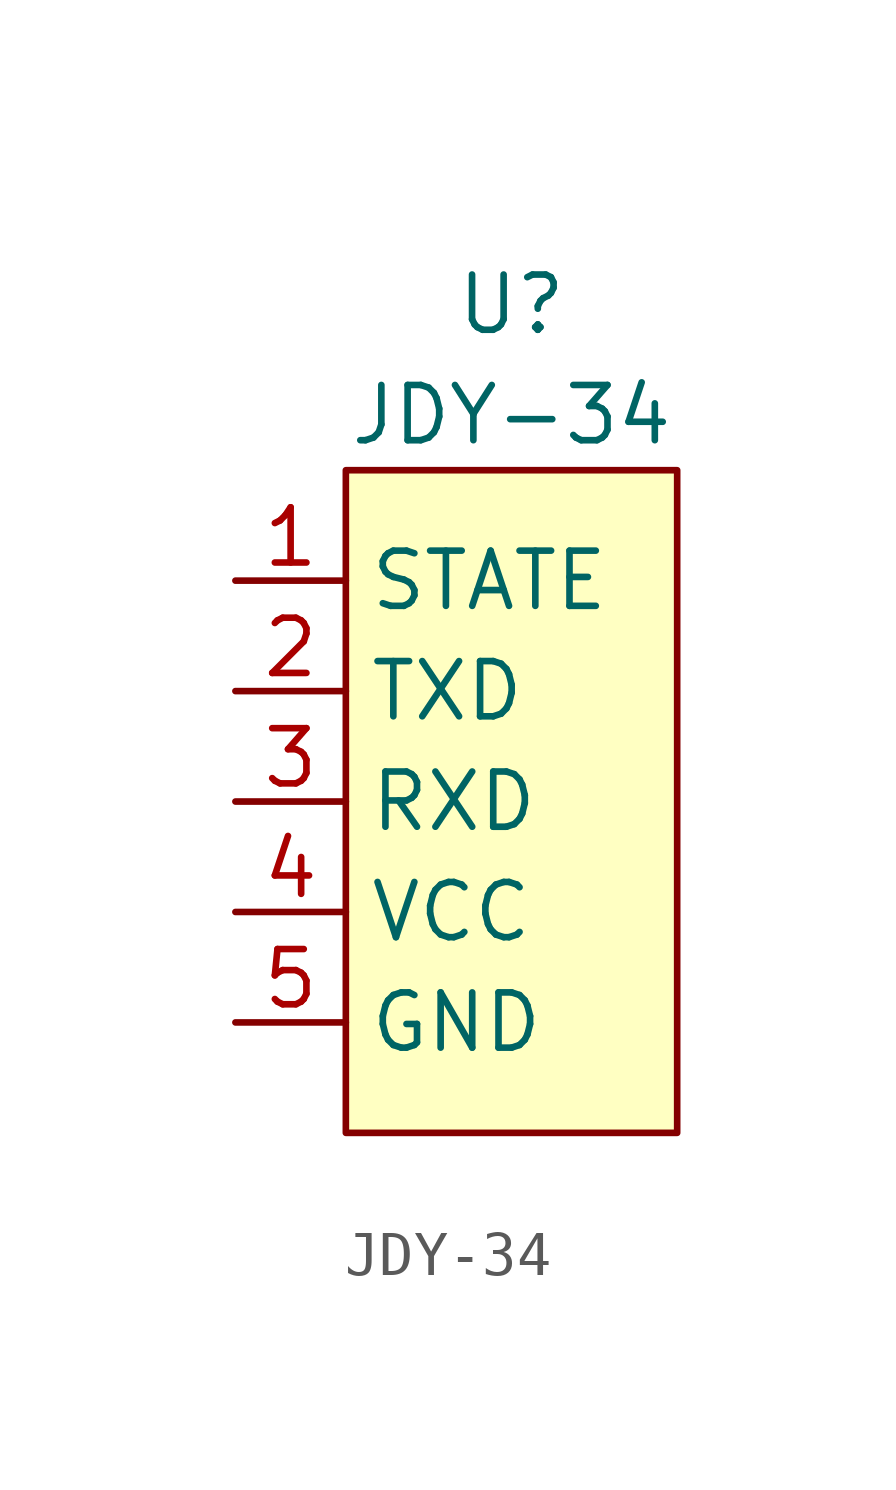
<source format=kicad_sym>
(kicad_symbol_lib
  (version 20220914)
  (generator kicad_symbol_editor)
  (symbol "JDY-34"
    (property "Reference" "U"
      (at 0 11.43 0)
      (effects (font (size 1.27 1.27))))
    (property "Value" "JDY-34"
      (at 0 8.89 0)
      (effects (font (size 1.27 1.27))))
    (symbol "JDY-34_0_1"
      (rectangle (start -3.81 7.62) (end 3.81 -7.62) (stroke (width 0) (type default)) (fill (type background))))
    (symbol "JDY-34_1_1"
      (pin output line (at -6.35 5.08 0) (length 2.54) (name "STATE" (effects (font (size 1.27 1.27)))) (number "1" (effects (font (size 1.27 1.27)))))
      (pin bidirectional line (at -6.35 2.54 0) (length 2.54) (name "TXD" (effects (font (size 1.27 1.27)))) (number "2" (effects (font (size 1.27 1.27)))))
      (pin bidirectional line (at -6.35 0 0) (length 2.54) (name "RXD" (effects (font (size 1.27 1.27)))) (number "3" (effects (font (size 1.27 1.27)))))
      (pin power_in line (at -6.35 -2.54 0) (length 2.54) (name "VCC" (effects (font (size 1.27 1.27)))) (number "4" (effects (font (size 1.27 1.27)))))
      (pin power_in line (at -6.35 -5.08 0) (length 2.54) (name "GND" (effects (font (size 1.27 1.27)))) (number "5" (effects (font (size 1.27 1.27))))))))
</source>
